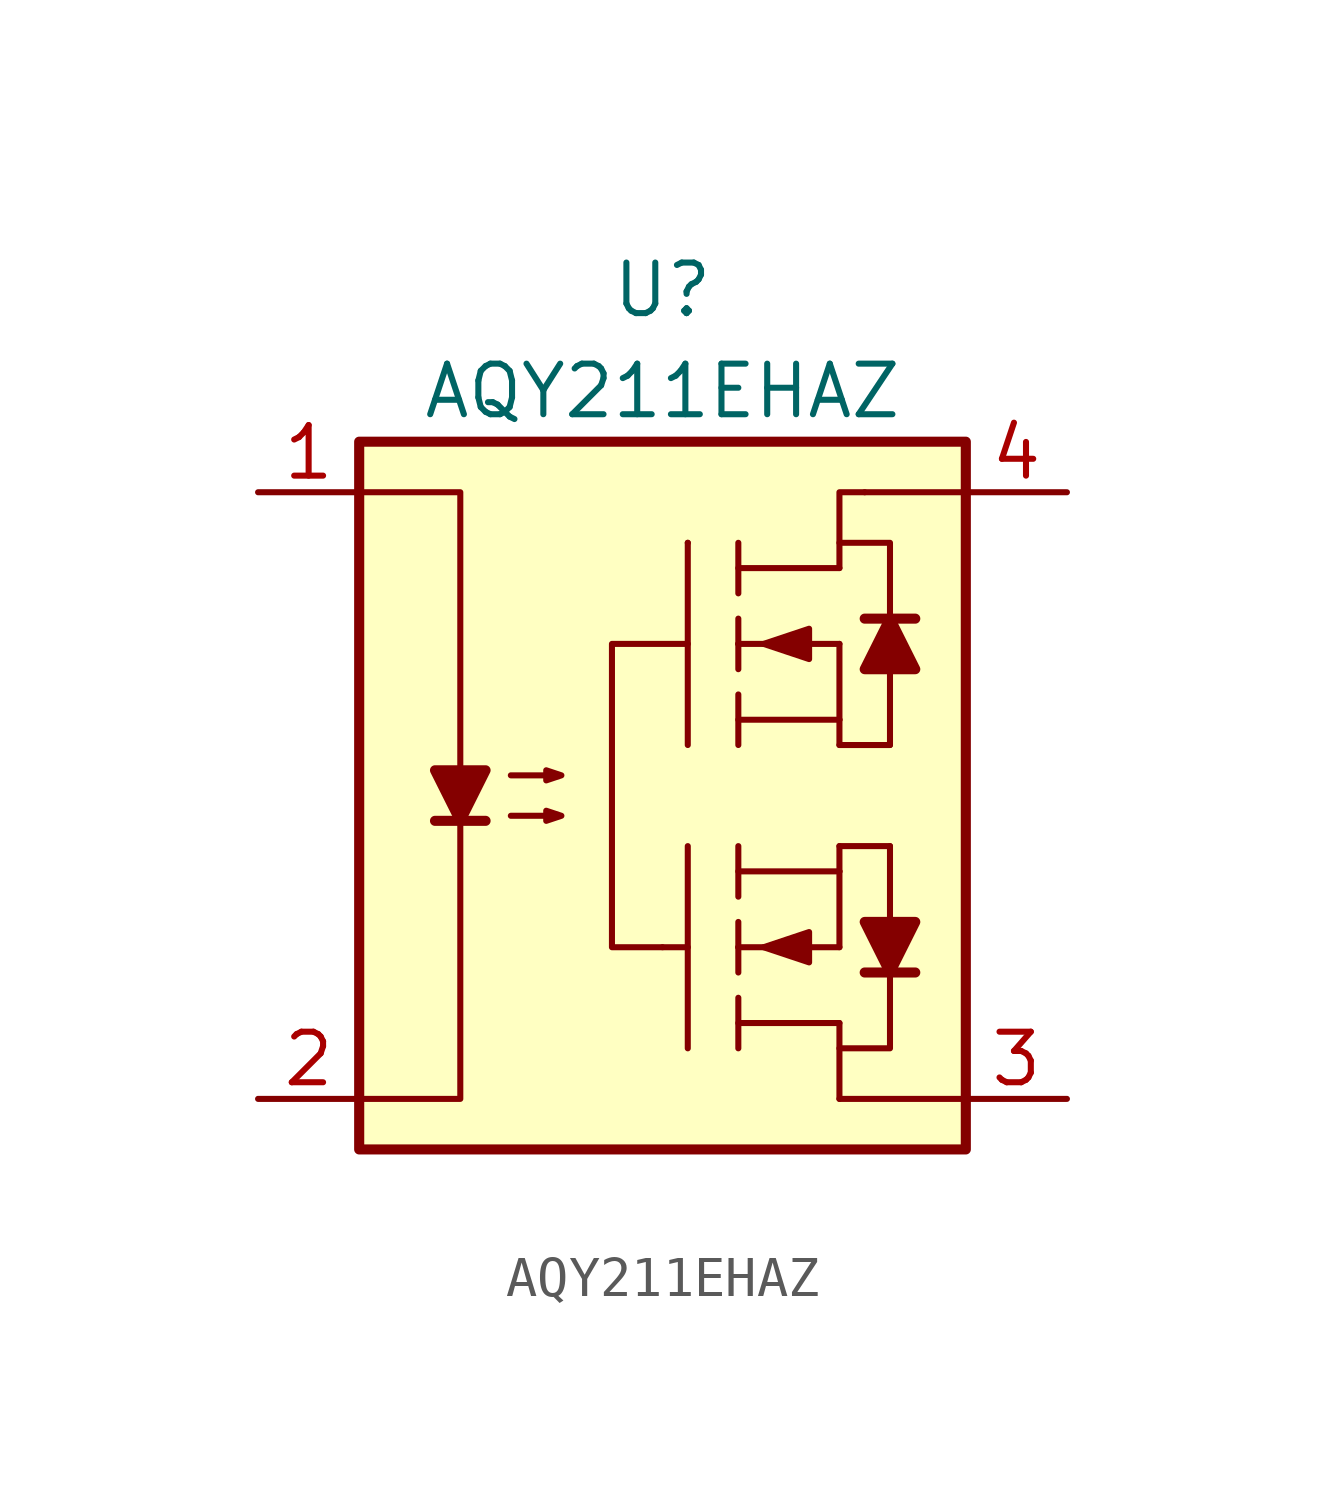
<source format=kicad_sym>
(kicad_symbol_lib
  (version 20211014)
  (generator kicad_symbol_editor)
  (symbol "AQY211EHAZ"
    (pin_names hide)
    (property "Reference" "U"
      (at 0 12.7 0)
      (effects (font (size 1.27 1.27))))
    (property "Value" "AQY211EHAZ"
      (at 0 10.16 0)
      (effects (font (size 1.27 1.27))))
    (symbol "AQY211EHAZ_0_1"
      (rectangle (start -7.62 8.89) (end 7.62 -8.89) (stroke (width 0.254) (type default) (color 0 0 0 0)) (fill (type background)))
      (polyline (pts (xy -5.715 -0.635) (xy -4.445 -0.635)) (stroke (width 0.254) (type default) (color 0 0 0 0)) (fill (type none)))
      (polyline (pts (xy 0 -3.81) (xy 0.635 -3.81)) (stroke (width 0) (type default) (color 0 0 0 0)) (fill (type none)))
      (polyline (pts (xy 0.635 -6.35) (xy 0.635 -1.27)) (stroke (width 0) (type default) (color 0 0 0 0)) (fill (type none)))
      (polyline (pts (xy 0.635 6.35) (xy 0.635 1.27)) (stroke (width 0) (type default) (color 0 0 0 0)) (fill (type none)))
      (polyline (pts (xy 1.905 -5.08) (xy 1.905 -6.35)) (stroke (width 0) (type default) (color 0 0 0 0)) (fill (type none)))
      (polyline (pts (xy 1.905 -4.445) (xy 1.905 -3.175)) (stroke (width 0) (type default) (color 0 0 0 0)) (fill (type none)))
      (polyline (pts (xy 1.905 -3.81) (xy 1.905 -3.81)) (stroke (width 0) (type default) (color 0 0 0 0)) (fill (type none)))
      (polyline (pts (xy 1.905 -2.54) (xy 1.905 -1.27)) (stroke (width 0) (type default) (color 0 0 0 0)) (fill (type none)))
      (polyline (pts (xy 1.905 2.54) (xy 1.905 1.27)) (stroke (width 0) (type default) (color 0 0 0 0)) (fill (type none)))
      (polyline (pts (xy 1.905 3.81) (xy 1.905 3.81)) (stroke (width 0) (type default) (color 0 0 0 0)) (fill (type none)))
      (polyline (pts (xy 1.905 4.445) (xy 1.905 3.175)) (stroke (width 0) (type default) (color 0 0 0 0)) (fill (type none)))
      (polyline (pts (xy 1.905 5.08) (xy 1.905 6.35)) (stroke (width 0) (type default) (color 0 0 0 0)) (fill (type none)))
      (polyline (pts (xy 4.445 -7.62) (xy 7.62 -7.62)) (stroke (width 0) (type default) (color 0 0 0 0)) (fill (type none)))
      (polyline (pts (xy 4.445 -5.715) (xy 1.905 -5.715)) (stroke (width 0) (type default) (color 0 0 0 0)) (fill (type none)))
      (polyline (pts (xy 4.445 -5.715) (xy 4.445 -7.62)) (stroke (width 0) (type default) (color 0 0 0 0)) (fill (type none)))
      (polyline (pts (xy 4.445 -3.81) (xy 1.905 -3.81)) (stroke (width 0) (type default) (color 0 0 0 0)) (fill (type none)))
      (polyline (pts (xy 4.445 -3.81) (xy 4.445 -1.905)) (stroke (width 0) (type default) (color 0 0 0 0)) (fill (type none)))
      (polyline (pts (xy 4.445 -1.905) (xy 1.905 -1.905)) (stroke (width 0) (type default) (color 0 0 0 0)) (fill (type none)))
      (polyline (pts (xy 4.445 -1.905) (xy 4.445 -1.27)) (stroke (width 0) (type default) (color 0 0 0 0)) (fill (type none)))
      (polyline (pts (xy 4.445 -1.27) (xy 5.715 -1.27)) (stroke (width 0) (type default) (color 0 0 0 0)) (fill (type none)))
      (polyline (pts (xy 4.445 1.27) (xy 5.715 1.27)) (stroke (width 0) (type default) (color 0 0 0 0)) (fill (type none)))
      (polyline (pts (xy 4.445 1.905) (xy 1.905 1.905)) (stroke (width 0) (type default) (color 0 0 0 0)) (fill (type none)))
      (polyline (pts (xy 4.445 1.905) (xy 4.445 1.27)) (stroke (width 0) (type default) (color 0 0 0 0)) (fill (type none)))
      (polyline (pts (xy 4.445 3.81) (xy 1.905 3.81)) (stroke (width 0) (type default) (color 0 0 0 0)) (fill (type none)))
      (polyline (pts (xy 4.445 3.81) (xy 4.445 1.905)) (stroke (width 0) (type default) (color 0 0 0 0)) (fill (type none)))
      (polyline (pts (xy 4.445 5.715) (xy 1.905 5.715)) (stroke (width 0) (type default) (color 0 0 0 0)) (fill (type none)))
      (polyline (pts (xy 5.08 4.445) (xy 6.35 4.445)) (stroke (width 0.254) (type default) (color 0 0 0 0)) (fill (type none)))
      (polyline (pts (xy 5.715 -1.27) (xy 5.715 -3.175)) (stroke (width 0) (type default) (color 0 0 0 0)) (fill (type none)))
      (polyline (pts (xy 5.715 1.27) (xy 5.715 3.175)) (stroke (width 0) (type default) (color 0 0 0 0)) (fill (type none)))
      (polyline (pts (xy 6.35 -4.445) (xy 5.08 -4.445)) (stroke (width 0.254) (type default) (color 0 0 0 0)) (fill (type none)))
      (polyline (pts (xy 7.62 7.62) (xy 5.08 7.62)) (stroke (width 0) (type default) (color 0 0 0 0)) (fill (type none)))
      (polyline (pts (xy 5.08 7.62) (xy 4.445 7.62) (xy 4.445 5.715)) (stroke (width 0) (type default) (color 0 0 0 0)) (fill (type none)))
      (polyline (pts (xy 5.715 -4.445) (xy 5.715 -6.35) (xy 4.445 -6.35)) (stroke (width 0) (type default) (color 0 0 0 0)) (fill (type none)))
      (polyline (pts (xy 5.715 4.445) (xy 5.715 6.35) (xy 4.445 6.35)) (stroke (width 0) (type default) (color 0 0 0 0)) (fill (type none)))
      (polyline (pts (xy -7.62 7.62) (xy -5.08 7.62) (xy -5.08 -7.62) (xy -7.62 -7.62)) (stroke (width 0) (type default) (color 0 0 0 0)) (fill (type none)))
      (polyline (pts (xy -5.08 -0.635) (xy -5.715 0.635) (xy -4.445 0.635) (xy -5.08 -0.635)) (stroke (width 0.254) (type default) (color 0 0 0 0)) (fill (type outline)))
      (polyline (pts (xy 0 -3.81) (xy -1.27 -3.81) (xy -1.27 3.81) (xy 0.635 3.81)) (stroke (width 0) (type default) (color 0 0 0 0)) (fill (type none)))
      (polyline (pts (xy 2.54 -3.81) (xy 3.683 -3.429) (xy 3.683 -4.191) (xy 2.54 -3.81)) (stroke (width 0) (type default) (color 0 0 0 0)) (fill (type outline)))
      (polyline (pts (xy 2.54 3.81) (xy 3.683 3.429) (xy 3.683 4.191) (xy 2.54 3.81)) (stroke (width 0) (type default) (color 0 0 0 0)) (fill (type outline)))
      (polyline (pts (xy 5.715 -4.445) (xy 5.08 -3.175) (xy 6.35 -3.175) (xy 5.715 -4.445)) (stroke (width 0.254) (type default) (color 0 0 0 0)) (fill (type outline)))
      (polyline (pts (xy 5.715 4.445) (xy 6.35 3.175) (xy 5.08 3.175) (xy 5.715 4.445)) (stroke (width 0.254) (type default) (color 0 0 0 0)) (fill (type outline)))
      (polyline (pts (xy -3.81 -0.508) (xy -2.54 -0.508) (xy -2.921 -0.635) (xy -2.921 -0.381) (xy -2.54 -0.508)) (stroke (width 0) (type default) (color 0 0 0 0)) (fill (type none)))
      (polyline (pts (xy -3.81 0.508) (xy -2.54 0.508) (xy -2.921 0.381) (xy -2.921 0.635) (xy -2.54 0.508)) (stroke (width 0) (type default) (color 0 0 0 0)) (fill (type none)))
      (rectangle (start 0.635 6.35) (end 0.635 6.35) (stroke (width 0) (type default) (color 0 0 0 0)) (fill (type none))))
    (symbol "AQY211EHAZ_1_1"
      (pin input line (at -10.16 7.62 0) (length 2.54) (name "A" (effects (font (size 1.27 1.27)))) (number "1" (effects (font (size 1.27 1.27)))))
      (pin output line (at -10.16 -7.62 0) (length 2.54) (name "C" (effects (font (size 1.27 1.27)))) (number "2" (effects (font (size 1.27 1.27)))))
      (pin bidirectional line (at 10.16 -7.62 180) (length 2.54) (name "VEE" (effects (font (size 1.27 1.27)))) (number "3" (effects (font (size 1.27 1.27)))))
      (pin bidirectional line (at 10.16 7.62 180) (length 2.54) (name "VCC" (effects (font (size 1.27 1.27)))) (number "4" (effects (font (size 1.27 1.27))))))))
</source>
